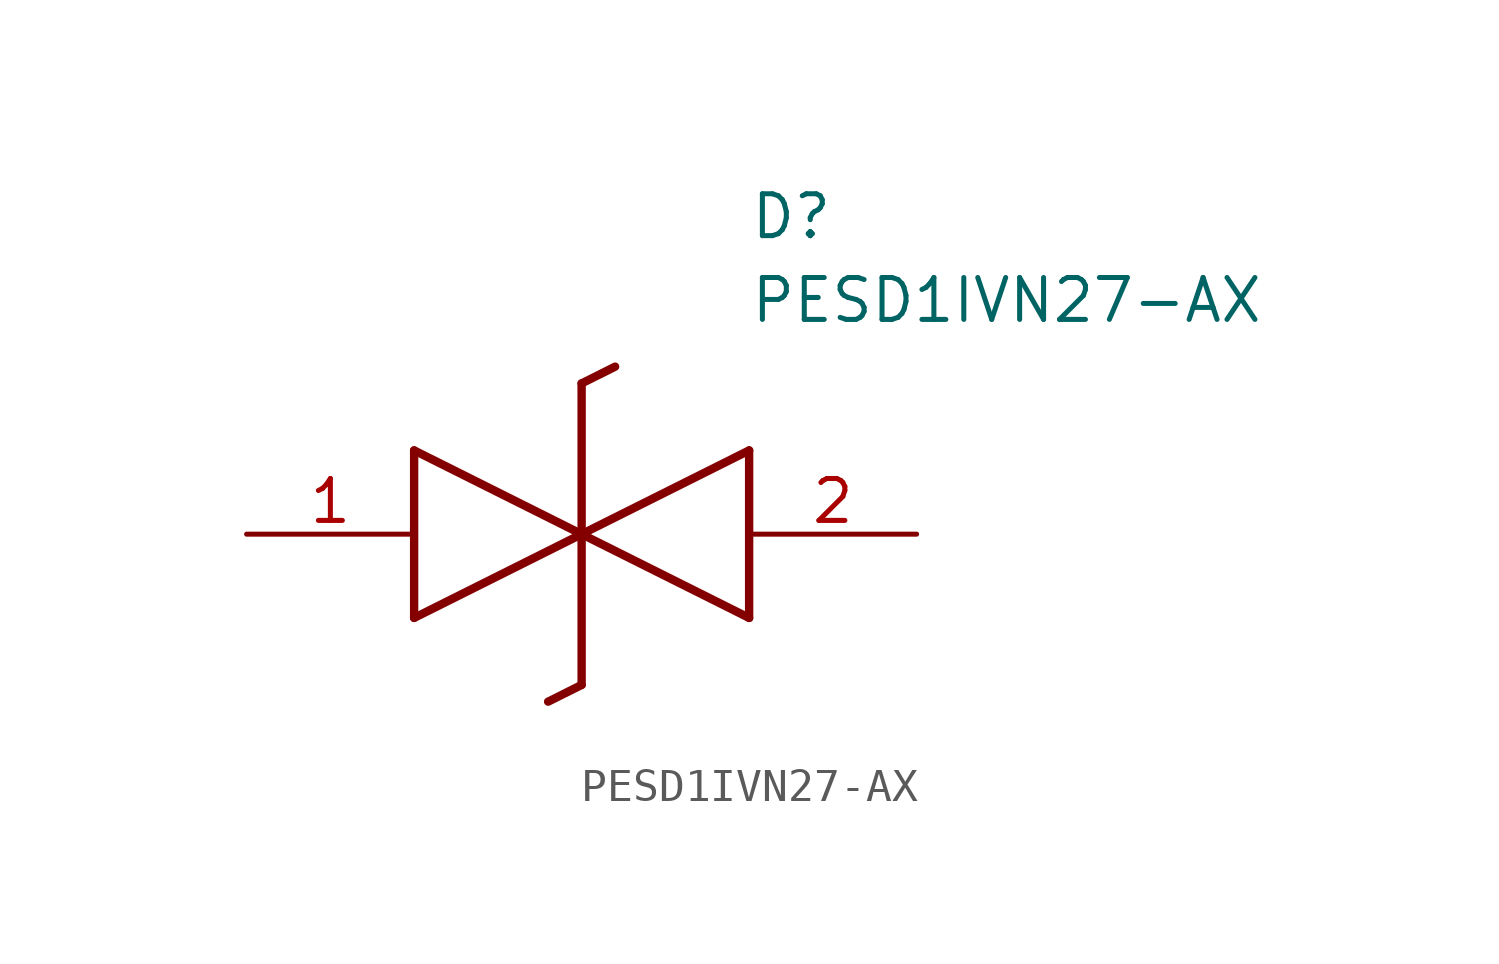
<source format=kicad_sym>
(kicad_symbol_lib
  (version 20211014)
  (generator SamacSys_ECAD_Model)
  (symbol "PESD1IVN27-AX"
    (pin_names hide)
    (property "Reference" "D"
      (at 15.24 8.89 0)
      (effects (font (size 1.27 1.27)) (justify left bottom)))
    (property "Value" "PESD1IVN27-AX"
      (at 15.24 6.35 0)
      (effects (font (size 1.27 1.27)) (justify left bottom)))
    (polyline
      (pts (xy 10.16 0) (xy 5.08 -2.54))
      (stroke (width 0.254) (type default))
      (fill (type none)))
    (polyline
      (pts (xy 5.08 2.54) (xy 5.08 -2.54))
      (stroke (width 0.254) (type default))
      (fill (type none)))
    (polyline
      (pts (xy 5.08 2.54) (xy 10.16 0))
      (stroke (width 0.254) (type default))
      (fill (type none)))
    (polyline
      (pts (xy 10.16 0) (xy 15.24 -2.54))
      (stroke (width 0.254) (type default))
      (fill (type none)))
    (polyline
      (pts (xy 15.24 2.54) (xy 15.24 -2.54))
      (stroke (width 0.254) (type default))
      (fill (type none)))
    (polyline
      (pts (xy 15.24 2.54) (xy 10.16 0))
      (stroke (width 0.254) (type default))
      (fill (type none)))
    (polyline
      (pts (xy 10.16 -4.572) (xy 10.16 4.572))
      (stroke (width 0.254) (type default))
      (fill (type none)))
    (polyline
      (pts (xy 11.176 5.08) (xy 10.16 4.572))
      (stroke (width 0.254) (type default))
      (fill (type none)))
    (polyline
      (pts (xy 10.16 -4.572) (xy 9.144 -5.08))
      (stroke (width 0.254) (type default))
      (fill (type none)))
    (pin passive line
      (at 0 0 0)
      (length 5.08)
      (name "K1" (effects (font (size 1.27 1.27))))
      (number "1" (effects (font (size 1.27 1.27)))))
    (pin passive line
      (at 20.32 0 180)
      (length 5.08)
      (name "K2" (effects (font (size 1.27 1.27))))
      (number "2" (effects (font (size 1.27 1.27)))))))
</source>
